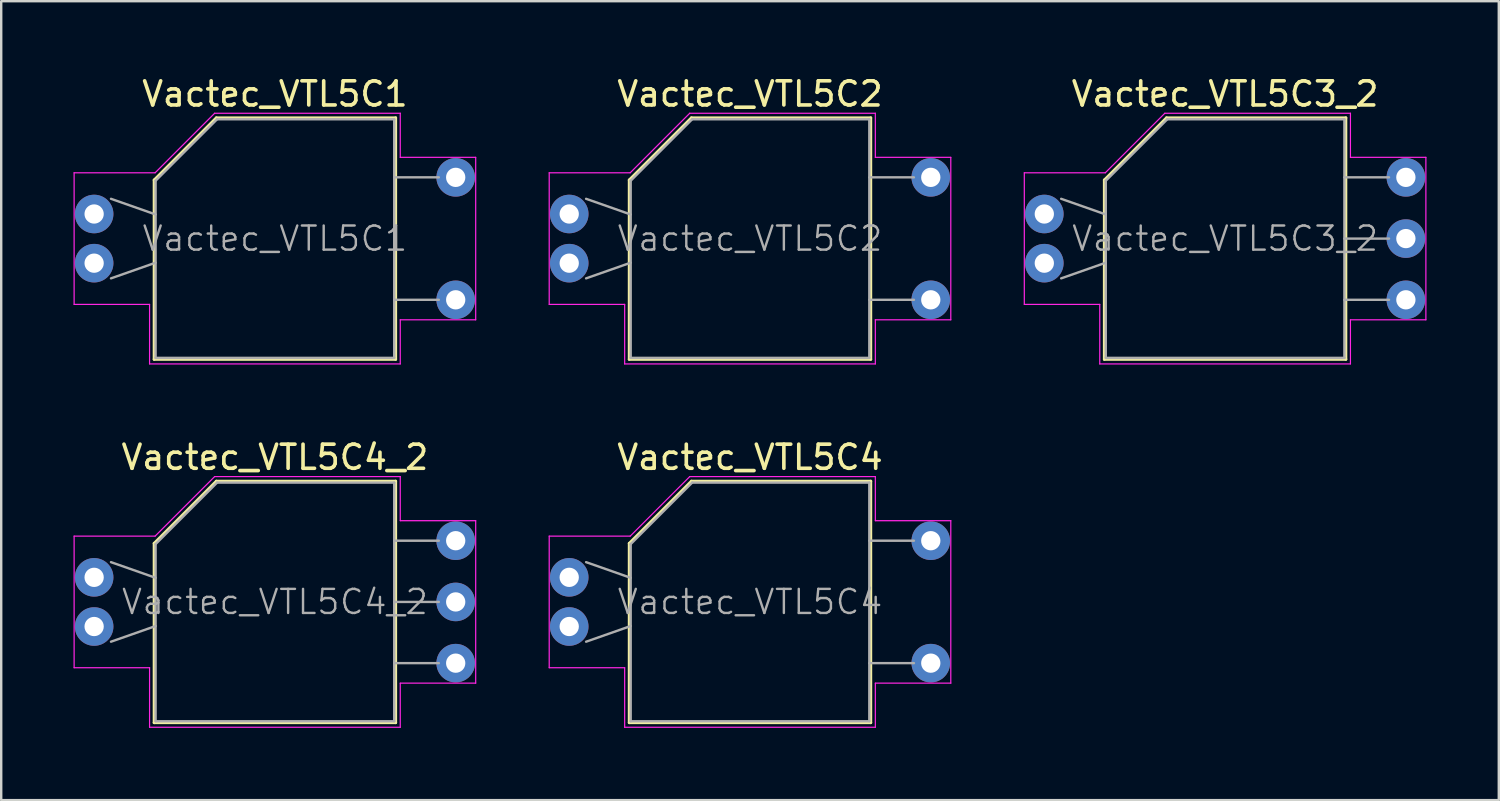
<source format=kicad_pcb>
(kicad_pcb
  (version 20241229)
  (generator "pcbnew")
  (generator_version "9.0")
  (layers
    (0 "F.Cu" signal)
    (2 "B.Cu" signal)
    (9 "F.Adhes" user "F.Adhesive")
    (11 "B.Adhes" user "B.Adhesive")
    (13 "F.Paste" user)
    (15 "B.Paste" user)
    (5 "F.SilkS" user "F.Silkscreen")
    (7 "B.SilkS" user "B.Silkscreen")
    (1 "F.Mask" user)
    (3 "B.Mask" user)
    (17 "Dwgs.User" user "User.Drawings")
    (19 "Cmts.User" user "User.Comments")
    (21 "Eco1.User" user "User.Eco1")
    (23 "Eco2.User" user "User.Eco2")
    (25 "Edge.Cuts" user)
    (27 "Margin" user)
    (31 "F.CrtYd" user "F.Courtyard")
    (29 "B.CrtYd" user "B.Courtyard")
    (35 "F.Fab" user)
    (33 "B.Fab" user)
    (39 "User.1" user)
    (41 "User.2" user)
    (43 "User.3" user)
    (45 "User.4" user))
  (footprint "Vactec_VTL5C3_2"
    (layer "F.Cu")
    (at 47.775 6.848)
    (property "Reference" "Vactec_VTL5C3_2" (at 0 -6 0) (layer "F.SilkS") (effects (font (size 1 1) (thickness 0.15))))
    (attr through_hole)
    (fp_line (start -5.01 -2.43) (end -5.01 5.01) (stroke (width 0.12) (type solid)) (layer "F.SilkS"))
    (fp_line (start -5.01 5.01) (end 5.01 5.01) (stroke (width 0.12) (type solid)) (layer "F.SilkS"))
    (fp_line (start -2.43 -5.01) (end -5.01 -2.43) (stroke (width 0.12) (type solid)) (layer "F.SilkS"))
    (fp_line (start 5.01 -5.01) (end -2.43 -5.01) (stroke (width 0.12) (type solid)) (layer "F.SilkS"))
    (fp_line (start 5.01 5.01) (end 5.01 -5.01) (stroke (width 0.12) (type solid)) (layer "F.SilkS"))
    (fp_line (start -8.33 -2.73) (end -4.97 -2.73) (stroke (width 0.05) (type solid)) (layer "F.CrtYd"))
    (fp_line (start -8.33 2.73) (end -8.33 -2.73) (stroke (width 0.05) (type solid)) (layer "F.CrtYd"))
    (fp_line (start -8.33 2.73) (end -5.2 2.73) (stroke (width 0.05) (type solid)) (layer "F.CrtYd"))
    (fp_line (start -5.2 5.2) (end -5.2 2.73) (stroke (width 0.05) (type solid)) (layer "F.CrtYd"))
    (fp_line (start -4.97 -2.73) (end -2.5 -5.2) (stroke (width 0.05) (type solid)) (layer "F.CrtYd"))
    (fp_line (start -2.5 -5.2) (end 5.2 -5.2) (stroke (width 0.05) (type solid)) (layer "F.CrtYd"))
    (fp_line (start 5.2 -3.37) (end 5.2 -5.2) (stroke (width 0.05) (type solid)) (layer "F.CrtYd"))
    (fp_line (start 5.2 -3.37) (end 8.33 -3.37) (stroke (width 0.05) (type solid)) (layer "F.CrtYd"))
    (fp_line (start 5.2 3.37) (end 5.2 5.2) (stroke (width 0.05) (type solid)) (layer "F.CrtYd"))
    (fp_line (start 5.2 3.37) (end 8.33 3.37) (stroke (width 0.05) (type solid)) (layer "F.CrtYd"))
    (fp_line (start 5.2 5.2) (end -5.2 5.2) (stroke (width 0.05) (type solid)) (layer "F.CrtYd"))
    (fp_line (start 8.33 3.37) (end 8.33 -3.37) (stroke (width 0.05) (type solid)) (layer "F.CrtYd"))
    (fp_line (start -6.8 -1.65) (end -4.95 -1) (stroke (width 0.1) (type solid)) (layer "F.Fab"))
    (fp_line (start -6.8 1.65) (end -4.95 1) (stroke (width 0.1) (type solid)) (layer "F.Fab"))
    (fp_line (start -4.95 4.95) (end -4.95 -2.4) (stroke (width 0.1) (type solid)) (layer "F.Fab"))
    (fp_line (start -2.4 -4.95) (end -4.95 -2.4) (stroke (width 0.1) (type solid)) (layer "F.Fab"))
    (fp_line (start -2.4 -4.95) (end 4.95 -4.95) (stroke (width 0.1) (type solid)) (layer "F.Fab"))
    (fp_line (start 4.95 -4.95) (end 4.95 4.95) (stroke (width 0.1) (type solid)) (layer "F.Fab"))
    (fp_line (start 4.95 4.95) (end -4.95 4.95) (stroke (width 0.1) (type solid)) (layer "F.Fab"))
    (fp_line (start 6.8 -2.54) (end 4.95 -2.54) (stroke (width 0.1) (type solid)) (layer "F.Fab"))
    (fp_line (start 6.8 0) (end 4.95 0) (stroke (width 0.1) (type solid)) (layer "F.Fab"))
    (fp_line (start 6.8 2.54) (end 4.95 2.54) (stroke (width 0.1) (type solid)) (layer "F.Fab"))
    (fp_text user "${REFERENCE}" (at 0 0 0) (layer "F.Fab") (effects (font (size 1 1) (thickness 0.1))))
    (pad "1" thru_hole circle (at -7.5 -1.02) (size 1.6 1.6) (drill 0.8) (layers "*.Cu" "*.Mask"))
    (pad "2" thru_hole circle (at -7.5 1.02) (size 1.6 1.6) (drill 0.8) (layers "*.Cu" "*.Mask"))
    (pad "3" thru_hole circle (at 7.5 -2.54) (size 1.6 1.6) (drill 0.8) (layers "*.Cu" "*.Mask"))
    (pad "4" thru_hole circle (at 7.5 0) (size 1.6 1.6) (drill 0.8) (layers "*.Cu" "*.Mask"))
    (pad "5" thru_hole circle (at 7.5 2.54) (size 1.6 1.6) (drill 0.8) (layers "*.Cu" "*.Mask")))
  (footprint "Vactec_VTL5C4_2"
    (layer "F.Cu")
    (at 8.355 21.922)
    (property "Reference" "Vactec_VTL5C4_2" (at 0 -6 0) (layer "F.SilkS") (effects (font (size 1 1) (thickness 0.15))))
    (attr through_hole)
    (fp_line (start -5.01 -2.43) (end -5.01 5.01) (stroke (width 0.12) (type solid)) (layer "F.SilkS"))
    (fp_line (start -5.01 5.01) (end 5.01 5.01) (stroke (width 0.12) (type solid)) (layer "F.SilkS"))
    (fp_line (start -2.43 -5.01) (end -5.01 -2.43) (stroke (width 0.12) (type solid)) (layer "F.SilkS"))
    (fp_line (start 5.01 -5.01) (end -2.43 -5.01) (stroke (width 0.12) (type solid)) (layer "F.SilkS"))
    (fp_line (start 5.01 5.01) (end 5.01 -5.01) (stroke (width 0.12) (type solid)) (layer "F.SilkS"))
    (fp_line (start -8.33 -2.73) (end -4.97 -2.73) (stroke (width 0.05) (type solid)) (layer "F.CrtYd"))
    (fp_line (start -8.33 2.73) (end -8.33 -2.73) (stroke (width 0.05) (type solid)) (layer "F.CrtYd"))
    (fp_line (start -8.33 2.73) (end -5.2 2.73) (stroke (width 0.05) (type solid)) (layer "F.CrtYd"))
    (fp_line (start -5.2 5.2) (end -5.2 2.73) (stroke (width 0.05) (type solid)) (layer "F.CrtYd"))
    (fp_line (start -4.97 -2.73) (end -2.5 -5.2) (stroke (width 0.05) (type solid)) (layer "F.CrtYd"))
    (fp_line (start -2.5 -5.2) (end 5.2 -5.2) (stroke (width 0.05) (type solid)) (layer "F.CrtYd"))
    (fp_line (start 5.2 -3.37) (end 5.2 -5.2) (stroke (width 0.05) (type solid)) (layer "F.CrtYd"))
    (fp_line (start 5.2 -3.37) (end 8.33 -3.37) (stroke (width 0.05) (type solid)) (layer "F.CrtYd"))
    (fp_line (start 5.2 3.37) (end 5.2 5.2) (stroke (width 0.05) (type solid)) (layer "F.CrtYd"))
    (fp_line (start 5.2 3.37) (end 8.33 3.37) (stroke (width 0.05) (type solid)) (layer "F.CrtYd"))
    (fp_line (start 5.2 5.2) (end -5.2 5.2) (stroke (width 0.05) (type solid)) (layer "F.CrtYd"))
    (fp_line (start 8.33 3.37) (end 8.33 -3.37) (stroke (width 0.05) (type solid)) (layer "F.CrtYd"))
    (fp_line (start -6.8 -1.65) (end -4.95 -1) (stroke (width 0.1) (type solid)) (layer "F.Fab"))
    (fp_line (start -6.8 1.65) (end -4.95 1) (stroke (width 0.1) (type solid)) (layer "F.Fab"))
    (fp_line (start -4.95 4.95) (end -4.95 -2.4) (stroke (width 0.1) (type solid)) (layer "F.Fab"))
    (fp_line (start -2.4 -4.95) (end -4.95 -2.4) (stroke (width 0.1) (type solid)) (layer "F.Fab"))
    (fp_line (start -2.4 -4.95) (end 4.95 -4.95) (stroke (width 0.1) (type solid)) (layer "F.Fab"))
    (fp_line (start 4.95 -4.95) (end 4.95 4.95) (stroke (width 0.1) (type solid)) (layer "F.Fab"))
    (fp_line (start 4.95 4.95) (end -4.95 4.95) (stroke (width 0.1) (type solid)) (layer "F.Fab"))
    (fp_line (start 6.8 -2.54) (end 4.95 -2.54) (stroke (width 0.1) (type solid)) (layer "F.Fab"))
    (fp_line (start 6.8 0) (end 4.95 0) (stroke (width 0.1) (type solid)) (layer "F.Fab"))
    (fp_line (start 6.8 2.54) (end 4.95 2.54) (stroke (width 0.1) (type solid)) (layer "F.Fab"))
    (fp_text user "${REFERENCE}" (at 0 0 0) (layer "F.Fab") (effects (font (size 1 1) (thickness 0.1))))
    (pad "1" thru_hole circle (at -7.5 -1.02) (size 1.6 1.6) (drill 0.8) (layers "*.Cu" "*.Mask"))
    (pad "2" thru_hole circle (at -7.5 1.02) (size 1.6 1.6) (drill 0.8) (layers "*.Cu" "*.Mask"))
    (pad "3" thru_hole circle (at 7.5 -2.54) (size 1.6 1.6) (drill 0.8) (layers "*.Cu" "*.Mask"))
    (pad "4" thru_hole circle (at 7.5 0) (size 1.6 1.6) (drill 0.8) (layers "*.Cu" "*.Mask"))
    (pad "5" thru_hole circle (at 7.5 2.54) (size 1.6 1.6) (drill 0.8) (layers "*.Cu" "*.Mask")))
  (footprint "Vactec_VTL5C4"
    (layer "F.Cu")
    (at 28.065 21.922)
    (property "Reference" "Vactec_VTL5C4" (at 0 -6 0) (layer "F.SilkS") (effects (font (size 1 1) (thickness 0.15))))
    (attr through_hole)
    (fp_line (start -5.01 -2.43) (end -5.01 5.01) (stroke (width 0.12) (type solid)) (layer "F.SilkS"))
    (fp_line (start -5.01 5.01) (end 5.01 5.01) (stroke (width 0.12) (type solid)) (layer "F.SilkS"))
    (fp_line (start -2.43 -5.01) (end -5.01 -2.43) (stroke (width 0.12) (type solid)) (layer "F.SilkS"))
    (fp_line (start 5.01 -5.01) (end -2.43 -5.01) (stroke (width 0.12) (type solid)) (layer "F.SilkS"))
    (fp_line (start 5.01 5.01) (end 5.01 -5.01) (stroke (width 0.12) (type solid)) (layer "F.SilkS"))
    (fp_line (start -8.33 2.73) (end -8.33 -2.73) (stroke (width 0.05) (type solid)) (layer "F.CrtYd"))
    (fp_line (start -5.2 2.73) (end -8.33 2.73) (stroke (width 0.05) (type solid)) (layer "F.CrtYd"))
    (fp_line (start -5.2 5.2) (end -5.2 2.73) (stroke (width 0.05) (type solid)) (layer "F.CrtYd"))
    (fp_line (start -4.97 -2.73) (end -8.33 -2.73) (stroke (width 0.05) (type solid)) (layer "F.CrtYd"))
    (fp_line (start -4.97 -2.73) (end -2.5 -5.2) (stroke (width 0.05) (type solid)) (layer "F.CrtYd"))
    (fp_line (start -2.5 -5.2) (end 5.2 -5.2) (stroke (width 0.05) (type solid)) (layer "F.CrtYd"))
    (fp_line (start 5.2 -5.2) (end 5.2 -3.37) (stroke (width 0.05) (type solid)) (layer "F.CrtYd"))
    (fp_line (start 5.2 3.37) (end 5.2 5.2) (stroke (width 0.05) (type solid)) (layer "F.CrtYd"))
    (fp_line (start 5.2 5.2) (end -5.2 5.2) (stroke (width 0.05) (type solid)) (layer "F.CrtYd"))
    (fp_line (start 8.33 -3.37) (end 5.2 -3.37) (stroke (width 0.05) (type solid)) (layer "F.CrtYd"))
    (fp_line (start 8.33 3.37) (end 5.2 3.37) (stroke (width 0.05) (type solid)) (layer "F.CrtYd"))
    (fp_line (start 8.33 3.37) (end 8.33 -3.37) (stroke (width 0.05) (type solid)) (layer "F.CrtYd"))
    (fp_line (start -6.8 -1.65) (end -4.95 -1) (stroke (width 0.1) (type solid)) (layer "F.Fab"))
    (fp_line (start -6.8 1.65) (end -4.95 1) (stroke (width 0.1) (type solid)) (layer "F.Fab"))
    (fp_line (start -4.95 4.95) (end -4.95 -2.4) (stroke (width 0.1) (type solid)) (layer "F.Fab"))
    (fp_line (start -2.4 -4.95) (end -4.95 -2.4) (stroke (width 0.1) (type solid)) (layer "F.Fab"))
    (fp_line (start -2.4 -4.95) (end 4.95 -4.95) (stroke (width 0.1) (type solid)) (layer "F.Fab"))
    (fp_line (start 4.95 -4.95) (end 4.95 4.95) (stroke (width 0.1) (type solid)) (layer "F.Fab"))
    (fp_line (start 4.95 4.95) (end -4.95 4.95) (stroke (width 0.1) (type solid)) (layer "F.Fab"))
    (fp_line (start 6.8 -2.54) (end 4.95 -2.54) (stroke (width 0.1) (type solid)) (layer "F.Fab"))
    (fp_line (start 6.8 2.54) (end 4.95 2.54) (stroke (width 0.1) (type solid)) (layer "F.Fab"))
    (fp_text user "${REFERENCE}" (at 0 0 0) (layer "F.Fab") (effects (font (size 1 1) (thickness 0.1))))
    (pad "1" thru_hole circle (at -7.5 -1.02) (size 1.6 1.6) (drill 0.8) (layers "*.Cu" "*.Mask"))
    (pad "2" thru_hole circle (at -7.5 1.02) (size 1.6 1.6) (drill 0.8) (layers "*.Cu" "*.Mask"))
    (pad "3" thru_hole circle (at 7.5 -2.54) (size 1.6 1.6) (drill 0.8) (layers "*.Cu" "*.Mask"))
    (pad "4" thru_hole circle (at 7.5 2.54) (size 1.6 1.6) (drill 0.8) (layers "*.Cu" "*.Mask")))
  (footprint "Vactec_VTL5C1"
    (layer "F.Cu")
    (at 8.355 6.848)
    (property "Reference" "Vactec_VTL5C1" (at 0 -6 0) (layer "F.SilkS") (effects (font (size 1 1) (thickness 0.15))))
    (attr through_hole)
    (fp_line (start -5.01 -2.43) (end -5.01 5.01) (stroke (width 0.12) (type solid)) (layer "F.SilkS"))
    (fp_line (start -5.01 5.01) (end 5.01 5.01) (stroke (width 0.12) (type solid)) (layer "F.SilkS"))
    (fp_line (start -2.43 -5.01) (end -5.01 -2.43) (stroke (width 0.12) (type solid)) (layer "F.SilkS"))
    (fp_line (start 5.01 -5.01) (end -2.43 -5.01) (stroke (width 0.12) (type solid)) (layer "F.SilkS"))
    (fp_line (start 5.01 5.01) (end 5.01 -5.01) (stroke (width 0.12) (type solid)) (layer "F.SilkS"))
    (fp_line (start -8.33 2.73) (end -8.33 -2.73) (stroke (width 0.05) (type solid)) (layer "F.CrtYd"))
    (fp_line (start -5.2 2.73) (end -8.33 2.73) (stroke (width 0.05) (type solid)) (layer "F.CrtYd"))
    (fp_line (start -5.2 5.2) (end -5.2 2.73) (stroke (width 0.05) (type solid)) (layer "F.CrtYd"))
    (fp_line (start -4.97 -2.73) (end -8.33 -2.73) (stroke (width 0.05) (type solid)) (layer "F.CrtYd"))
    (fp_line (start -4.97 -2.73) (end -2.5 -5.2) (stroke (width 0.05) (type solid)) (layer "F.CrtYd"))
    (fp_line (start -2.5 -5.2) (end 5.2 -5.2) (stroke (width 0.05) (type solid)) (layer "F.CrtYd"))
    (fp_line (start 5.2 -5.2) (end 5.2 -3.37) (stroke (width 0.05) (type solid)) (layer "F.CrtYd"))
    (fp_line (start 5.2 3.37) (end 5.2 5.2) (stroke (width 0.05) (type solid)) (layer "F.CrtYd"))
    (fp_line (start 5.2 5.2) (end -5.2 5.2) (stroke (width 0.05) (type solid)) (layer "F.CrtYd"))
    (fp_line (start 8.33 -3.37) (end 5.2 -3.37) (stroke (width 0.05) (type solid)) (layer "F.CrtYd"))
    (fp_line (start 8.33 3.37) (end 5.2 3.37) (stroke (width 0.05) (type solid)) (layer "F.CrtYd"))
    (fp_line (start 8.33 3.37) (end 8.33 -3.37) (stroke (width 0.05) (type solid)) (layer "F.CrtYd"))
    (fp_line (start -6.8 -1.65) (end -4.95 -1) (stroke (width 0.1) (type solid)) (layer "F.Fab"))
    (fp_line (start -6.8 1.65) (end -4.95 1) (stroke (width 0.1) (type solid)) (layer "F.Fab"))
    (fp_line (start -4.95 4.95) (end -4.95 -2.4) (stroke (width 0.1) (type solid)) (layer "F.Fab"))
    (fp_line (start -2.4 -4.95) (end -4.95 -2.4) (stroke (width 0.1) (type solid)) (layer "F.Fab"))
    (fp_line (start -2.4 -4.95) (end 4.95 -4.95) (stroke (width 0.1) (type solid)) (layer "F.Fab"))
    (fp_line (start 4.95 -4.95) (end 4.95 4.95) (stroke (width 0.1) (type solid)) (layer "F.Fab"))
    (fp_line (start 4.95 4.95) (end -4.95 4.95) (stroke (width 0.1) (type solid)) (layer "F.Fab"))
    (fp_line (start 6.8 -2.54) (end 4.95 -2.54) (stroke (width 0.1) (type solid)) (layer "F.Fab"))
    (fp_line (start 6.8 2.54) (end 4.95 2.54) (stroke (width 0.1) (type solid)) (layer "F.Fab"))
    (fp_text user "${REFERENCE}" (at 0 0 0) (layer "F.Fab") (effects (font (size 1 1) (thickness 0.1))))
    (pad "1" thru_hole circle (at -7.5 -1.02) (size 1.6 1.6) (drill 0.8) (layers "*.Cu" "*.Mask"))
    (pad "2" thru_hole circle (at -7.5 1.02) (size 1.6 1.6) (drill 0.8) (layers "*.Cu" "*.Mask"))
    (pad "3" thru_hole circle (at 7.5 -2.54) (size 1.6 1.6) (drill 0.8) (layers "*.Cu" "*.Mask"))
    (pad "4" thru_hole circle (at 7.5 2.54) (size 1.6 1.6) (drill 0.8) (layers "*.Cu" "*.Mask")))
  (footprint "Vactec_VTL5C2"
    (layer "F.Cu")
    (at 28.065 6.848)
    (property "Reference" "Vactec_VTL5C2" (at 0 -6 0) (layer "F.SilkS") (effects (font (size 1 1) (thickness 0.15))))
    (attr through_hole)
    (fp_line (start -5.01 -2.43) (end -5.01 5.01) (stroke (width 0.12) (type solid)) (layer "F.SilkS"))
    (fp_line (start -5.01 5.01) (end 5.01 5.01) (stroke (width 0.12) (type solid)) (layer "F.SilkS"))
    (fp_line (start -2.43 -5.01) (end -5.01 -2.43) (stroke (width 0.12) (type solid)) (layer "F.SilkS"))
    (fp_line (start 5.01 -5.01) (end -2.43 -5.01) (stroke (width 0.12) (type solid)) (layer "F.SilkS"))
    (fp_line (start 5.01 5.01) (end 5.01 -5.01) (stroke (width 0.12) (type solid)) (layer "F.SilkS"))
    (fp_line (start -8.33 2.73) (end -8.33 -2.73) (stroke (width 0.05) (type solid)) (layer "F.CrtYd"))
    (fp_line (start -5.2 2.73) (end -8.33 2.73) (stroke (width 0.05) (type solid)) (layer "F.CrtYd"))
    (fp_line (start -5.2 5.2) (end -5.2 2.73) (stroke (width 0.05) (type solid)) (layer "F.CrtYd"))
    (fp_line (start -4.97 -2.73) (end -8.33 -2.73) (stroke (width 0.05) (type solid)) (layer "F.CrtYd"))
    (fp_line (start -4.97 -2.73) (end -2.5 -5.2) (stroke (width 0.05) (type solid)) (layer "F.CrtYd"))
    (fp_line (start -2.5 -5.2) (end 5.2 -5.2) (stroke (width 0.05) (type solid)) (layer "F.CrtYd"))
    (fp_line (start 5.2 -5.2) (end 5.2 -3.37) (stroke (width 0.05) (type solid)) (layer "F.CrtYd"))
    (fp_line (start 5.2 3.37) (end 5.2 5.2) (stroke (width 0.05) (type solid)) (layer "F.CrtYd"))
    (fp_line (start 5.2 5.2) (end -5.2 5.2) (stroke (width 0.05) (type solid)) (layer "F.CrtYd"))
    (fp_line (start 8.33 -3.37) (end 5.2 -3.37) (stroke (width 0.05) (type solid)) (layer "F.CrtYd"))
    (fp_line (start 8.33 3.37) (end 5.2 3.37) (stroke (width 0.05) (type solid)) (layer "F.CrtYd"))
    (fp_line (start 8.33 3.37) (end 8.33 -3.37) (stroke (width 0.05) (type solid)) (layer "F.CrtYd"))
    (fp_line (start -6.8 -1.65) (end -4.95 -1) (stroke (width 0.1) (type solid)) (layer "F.Fab"))
    (fp_line (start -6.8 1.65) (end -4.95 1) (stroke (width 0.1) (type solid)) (layer "F.Fab"))
    (fp_line (start -4.95 4.95) (end -4.95 -2.4) (stroke (width 0.1) (type solid)) (layer "F.Fab"))
    (fp_line (start -2.4 -4.95) (end -4.95 -2.4) (stroke (width 0.1) (type solid)) (layer "F.Fab"))
    (fp_line (start -2.4 -4.95) (end 4.95 -4.95) (stroke (width 0.1) (type solid)) (layer "F.Fab"))
    (fp_line (start 4.95 -4.95) (end 4.95 4.95) (stroke (width 0.1) (type solid)) (layer "F.Fab"))
    (fp_line (start 4.95 4.95) (end -4.95 4.95) (stroke (width 0.1) (type solid)) (layer "F.Fab"))
    (fp_line (start 6.8 -2.54) (end 4.95 -2.54) (stroke (width 0.1) (type solid)) (layer "F.Fab"))
    (fp_line (start 6.8 2.54) (end 4.95 2.54) (stroke (width 0.1) (type solid)) (layer "F.Fab"))
    (fp_text user "${REFERENCE}" (at 0 0 0) (layer "F.Fab") (effects (font (size 1 1) (thickness 0.1))))
    (pad "1" thru_hole circle (at -7.5 -1.02) (size 1.6 1.6) (drill 0.8) (layers "*.Cu" "*.Mask"))
    (pad "2" thru_hole circle (at -7.5 1.02) (size 1.6 1.6) (drill 0.8) (layers "*.Cu" "*.Mask"))
    (pad "3" thru_hole circle (at 7.5 -2.54) (size 1.6 1.6) (drill 0.8) (layers "*.Cu" "*.Mask"))
    (pad "4" thru_hole circle (at 7.5 2.54) (size 1.6 1.6) (drill 0.8) (layers "*.Cu" "*.Mask")))
  (gr_rect
    (start -3 -3)
    (end 59.13 30.146)
    (stroke (width 0.1) (type default))
    (fill no)
    (layer "Edge.Cuts")))
</source>
